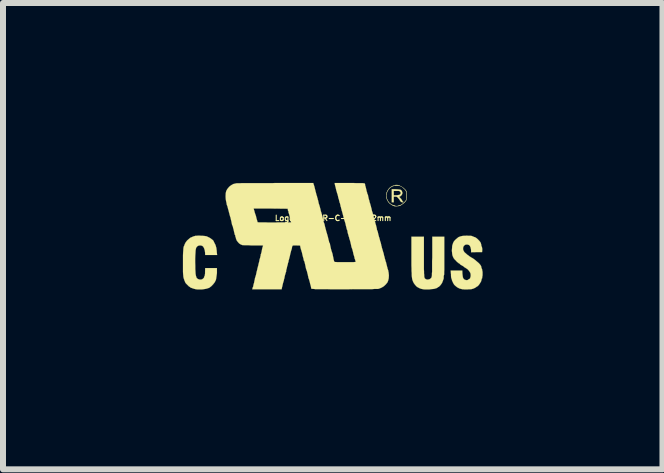
<source format=kicad_pcb>
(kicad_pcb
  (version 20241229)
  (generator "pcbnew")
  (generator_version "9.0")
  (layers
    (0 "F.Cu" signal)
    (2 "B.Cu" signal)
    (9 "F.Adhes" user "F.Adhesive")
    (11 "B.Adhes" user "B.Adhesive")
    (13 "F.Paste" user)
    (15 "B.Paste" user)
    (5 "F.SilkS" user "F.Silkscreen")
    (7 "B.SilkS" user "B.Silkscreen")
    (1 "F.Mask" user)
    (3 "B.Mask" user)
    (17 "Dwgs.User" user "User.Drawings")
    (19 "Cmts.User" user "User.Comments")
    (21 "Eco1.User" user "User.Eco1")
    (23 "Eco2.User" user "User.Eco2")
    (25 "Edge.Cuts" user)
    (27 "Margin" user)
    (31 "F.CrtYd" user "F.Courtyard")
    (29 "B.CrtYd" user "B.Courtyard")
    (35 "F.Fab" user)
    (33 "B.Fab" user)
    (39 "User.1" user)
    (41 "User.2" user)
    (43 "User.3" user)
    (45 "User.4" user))
  (footprint "Logo_silk_UR-C-US_5x2mm"
    (layer "F.Cu")
    (at 2.506 0.888)
    (property "Reference" "Logo_silk_UR-C-US_5x2mm" (at 0 -0.3 0) (layer "F.SilkS") (effects (font (size 0.091 0.091) (thickness 0.018))))
    (attr through_hole)
    (fp_poly (pts (xy 1.171 -0.569) (xy 1.166 -0.564) (xy 1.156 -0.564) (xy 1.143 -0.566) (xy 1.133 -0.572) (xy 1.13 -0.574) (xy 1.12 -0.584) (xy 1.113 -0.597) (xy 1.105 -0.61) (xy 1.092 -0.625) (xy 1.085 -0.635) (xy 1.072 -0.648) (xy 1.062 -0.655) (xy 1.049 -0.658) (xy 1.036 -0.658) (xy 1.011 -0.658) (xy 1.011 -0.61) (xy 1.011 -0.564) (xy 0.993 -0.564) (xy 0.978 -0.564) (xy 0.978 -0.673) (xy 0.978 -0.782) (xy 1.041 -0.782) (xy 1.077 -0.78) (xy 1.102 -0.777) (xy 1.12 -0.775) (xy 1.135 -0.767) (xy 1.143 -0.757) (xy 1.146 -0.752) (xy 1.156 -0.726) (xy 1.153 -0.704) (xy 1.14 -0.681) (xy 1.128 -0.671) (xy 1.128 -0.716) (xy 1.125 -0.732) (xy 1.115 -0.742) (xy 1.11 -0.749) (xy 1.102 -0.752) (xy 1.092 -0.754) (xy 1.077 -0.754) (xy 1.057 -0.754) (xy 1.011 -0.754) (xy 1.011 -0.719) (xy 1.011 -0.681) (xy 1.052 -0.681) (xy 1.072 -0.683) (xy 1.09 -0.686) (xy 1.102 -0.688) (xy 1.105 -0.688) (xy 1.12 -0.701) (xy 1.128 -0.716) (xy 1.128 -0.671) (xy 1.115 -0.66) (xy 1.113 -0.66) (xy 1.105 -0.658) (xy 1.105 -0.655) (xy 1.107 -0.648) (xy 1.118 -0.638) (xy 1.12 -0.635) (xy 1.135 -0.62) (xy 1.146 -0.602) (xy 1.151 -0.594) (xy 1.158 -0.582) (xy 1.163 -0.574) (xy 1.166 -0.574) (xy 1.171 -0.569)) (stroke (width 0.003) (type solid)) (fill yes) (layer "F.SilkS"))
    (fp_poly (pts (xy 1.854 0.328) (xy 1.854 0.401) (xy 1.854 0.465) (xy 1.854 0.518) (xy 1.854 0.564) (xy 1.852 0.597) (xy 1.852 0.622) (xy 1.852 0.64) (xy 1.849 0.648) (xy 1.849 0.65) (xy 1.847 0.655) (xy 1.844 0.671) (xy 1.844 0.676) (xy 1.844 0.691) (xy 1.844 0.701) (xy 1.844 0.704) (xy 1.841 0.714) (xy 1.836 0.729) (xy 1.831 0.744) (xy 1.816 0.782) (xy 1.793 0.815) (xy 1.773 0.836) (xy 1.763 0.846) (xy 1.755 0.848) (xy 1.748 0.853) (xy 1.745 0.856) (xy 1.737 0.861) (xy 1.722 0.869) (xy 1.702 0.874) (xy 1.699 0.876) (xy 1.674 0.881) (xy 1.638 0.884) (xy 1.603 0.889) (xy 1.565 0.889) (xy 1.529 0.889) (xy 1.499 0.886) (xy 1.494 0.884) (xy 1.466 0.879) (xy 1.435 0.866) (xy 1.407 0.851) (xy 1.387 0.836) (xy 1.367 0.813) (xy 1.346 0.785) (xy 1.331 0.754) (xy 1.323 0.732) (xy 1.318 0.714) (xy 1.316 0.696) (xy 1.313 0.676) (xy 1.311 0.648) (xy 1.311 0.617) (xy 1.308 0.582) (xy 1.308 0.538) (xy 1.306 0.49) (xy 1.306 0.432) (xy 1.306 0.363) (xy 1.306 0.297) (xy 1.306 0.01) (xy 1.41 0.01) (xy 1.514 0.01) (xy 1.514 0.312) (xy 1.514 0.386) (xy 1.514 0.45) (xy 1.514 0.505) (xy 1.514 0.551) (xy 1.516 0.589) (xy 1.516 0.622) (xy 1.519 0.648) (xy 1.519 0.668) (xy 1.521 0.683) (xy 1.524 0.693) (xy 1.527 0.701) (xy 1.529 0.704) (xy 1.542 0.716) (xy 1.562 0.724) (xy 1.585 0.724) (xy 1.608 0.719) (xy 1.626 0.706) (xy 1.628 0.706) (xy 1.636 0.696) (xy 1.643 0.683) (xy 1.646 0.665) (xy 1.648 0.655) (xy 1.648 0.643) (xy 1.648 0.622) (xy 1.651 0.592) (xy 1.651 0.556) (xy 1.651 0.513) (xy 1.651 0.465) (xy 1.651 0.414) (xy 1.654 0.358) (xy 1.654 0.312) (xy 1.654 0.01) (xy 1.753 0.01) (xy 1.854 0.01) (xy 1.854 0.328)) (stroke (width 0.003) (type solid)) (fill yes) (layer "F.SilkS"))
    (fp_poly (pts (xy 1.229 -0.678) (xy 1.229 -0.643) (xy 1.224 -0.615) (xy 1.224 -0.671) (xy 1.224 -0.676) (xy 1.224 -0.701) (xy 1.224 -0.719) (xy 1.222 -0.732) (xy 1.217 -0.742) (xy 1.212 -0.754) (xy 1.212 -0.757) (xy 1.196 -0.777) (xy 1.173 -0.798) (xy 1.151 -0.818) (xy 1.128 -0.831) (xy 1.123 -0.833) (xy 1.102 -0.838) (xy 1.077 -0.841) (xy 1.046 -0.841) (xy 1.016 -0.838) (xy 0.993 -0.831) (xy 0.986 -0.828) (xy 0.953 -0.808) (xy 0.927 -0.78) (xy 0.904 -0.744) (xy 0.892 -0.706) (xy 0.886 -0.671) (xy 0.894 -0.632) (xy 0.909 -0.597) (xy 0.93 -0.564) (xy 0.94 -0.554) (xy 0.955 -0.541) (xy 0.975 -0.528) (xy 0.996 -0.518) (xy 1.013 -0.513) (xy 1.016 -0.513) (xy 1.029 -0.511) (xy 1.034 -0.505) (xy 1.039 -0.503) (xy 1.054 -0.503) (xy 1.059 -0.5) (xy 1.074 -0.503) (xy 1.082 -0.505) (xy 1.085 -0.505) (xy 1.092 -0.511) (xy 1.1 -0.513) (xy 1.118 -0.516) (xy 1.138 -0.526) (xy 1.161 -0.541) (xy 1.181 -0.561) (xy 1.201 -0.579) (xy 1.212 -0.594) (xy 1.217 -0.607) (xy 1.222 -0.617) (xy 1.222 -0.63) (xy 1.224 -0.648) (xy 1.224 -0.671) (xy 1.224 -0.615) (xy 1.217 -0.592) (xy 1.201 -0.572) (xy 1.181 -0.551) (xy 1.153 -0.531) (xy 1.146 -0.526) (xy 1.128 -0.513) (xy 1.113 -0.505) (xy 1.1 -0.503) (xy 1.082 -0.5) (xy 1.072 -0.5) (xy 1.052 -0.498) (xy 1.034 -0.498) (xy 1.021 -0.5) (xy 1.003 -0.505) (xy 0.98 -0.518) (xy 0.958 -0.533) (xy 0.937 -0.549) (xy 0.93 -0.556) (xy 0.912 -0.582) (xy 0.897 -0.612) (xy 0.886 -0.645) (xy 0.884 -0.658) (xy 0.884 -0.691) (xy 0.892 -0.726) (xy 0.907 -0.759) (xy 0.93 -0.792) (xy 0.937 -0.8) (xy 0.958 -0.818) (xy 0.98 -0.831) (xy 1.001 -0.841) (xy 1.019 -0.843) (xy 1.029 -0.846) (xy 1.034 -0.848) (xy 1.041 -0.853) (xy 1.054 -0.853) (xy 1.069 -0.853) (xy 1.082 -0.851) (xy 1.087 -0.848) (xy 1.097 -0.846) (xy 1.113 -0.841) (xy 1.115 -0.838) (xy 1.133 -0.831) (xy 1.153 -0.818) (xy 1.176 -0.8) (xy 1.196 -0.782) (xy 1.212 -0.765) (xy 1.219 -0.754) (xy 1.224 -0.742) (xy 1.227 -0.729) (xy 1.229 -0.711) (xy 1.229 -0.688) (xy 1.229 -0.678)) (stroke (width 0.003) (type solid)) (fill yes) (layer "F.SilkS"))
    (fp_poly (pts (xy -1.935 0.315) (xy -2.035 0.315) (xy -2.134 0.315) (xy -2.136 0.272) (xy -2.141 0.236) (xy -2.151 0.206) (xy -2.164 0.18) (xy -2.179 0.165) (xy -2.189 0.16) (xy -2.215 0.155) (xy -2.24 0.157) (xy -2.263 0.168) (xy -2.278 0.185) (xy -2.283 0.193) (xy -2.289 0.211) (xy -2.294 0.241) (xy -2.296 0.279) (xy -2.299 0.325) (xy -2.301 0.378) (xy -2.301 0.434) (xy -2.299 0.495) (xy -2.299 0.549) (xy -2.296 0.594) (xy -2.294 0.63) (xy -2.289 0.658) (xy -2.283 0.678) (xy -2.278 0.693) (xy -2.273 0.701) (xy -2.253 0.716) (xy -2.228 0.724) (xy -2.202 0.724) (xy -2.187 0.721) (xy -2.172 0.711) (xy -2.159 0.699) (xy -2.151 0.686) (xy -2.151 0.678) (xy -2.146 0.668) (xy -2.144 0.665) (xy -2.141 0.66) (xy -2.139 0.645) (xy -2.136 0.622) (xy -2.136 0.599) (xy -2.134 0.533) (xy -2.035 0.533) (xy -1.938 0.533) (xy -1.938 0.582) (xy -1.938 0.617) (xy -1.943 0.653) (xy -1.948 0.688) (xy -1.953 0.721) (xy -1.958 0.737) (xy -1.976 0.772) (xy -2.002 0.805) (xy -2.032 0.836) (xy -2.065 0.861) (xy -2.073 0.864) (xy -2.093 0.871) (xy -2.121 0.879) (xy -2.154 0.884) (xy -2.189 0.889) (xy -2.228 0.889) (xy -2.261 0.889) (xy -2.289 0.886) (xy -2.296 0.884) (xy -2.319 0.879) (xy -2.342 0.871) (xy -2.362 0.864) (xy -2.377 0.859) (xy -2.385 0.851) (xy -2.393 0.846) (xy -2.395 0.843) (xy -2.403 0.841) (xy -2.413 0.831) (xy -2.426 0.818) (xy -2.441 0.803) (xy -2.454 0.79) (xy -2.464 0.777) (xy -2.466 0.772) (xy -2.469 0.765) (xy -2.474 0.752) (xy -2.477 0.747) (xy -2.482 0.734) (xy -2.484 0.726) (xy -2.484 0.724) (xy -2.487 0.719) (xy -2.489 0.714) (xy -2.492 0.701) (xy -2.497 0.683) (xy -2.499 0.66) (xy -2.502 0.63) (xy -2.504 0.594) (xy -2.504 0.551) (xy -2.504 0.498) (xy -2.504 0.442) (xy -2.504 0.376) (xy -2.504 0.32) (xy -2.502 0.274) (xy -2.499 0.236) (xy -2.497 0.206) (xy -2.494 0.185) (xy -2.489 0.17) (xy -2.489 0.168) (xy -2.484 0.16) (xy -2.474 0.132) (xy -2.459 0.104) (xy -2.436 0.074) (xy -2.41 0.051) (xy -2.385 0.03) (xy -2.377 0.025) (xy -2.352 0.015) (xy -2.332 0.005) (xy -2.319 0.003) (xy -2.319 0) (xy -2.309 0) (xy -2.304 -0.003) (xy -2.294 -0.005) (xy -2.276 -0.005) (xy -2.253 -0.008) (xy -2.228 -0.008) (xy -2.2 -0.005) (xy -2.177 -0.005) (xy -2.156 -0.003) (xy -2.144 -0.003) (xy -2.139 0) (xy -2.131 0) (xy -2.129 0) (xy -2.121 0) (xy -2.113 0.003) (xy -2.101 0.008) (xy -2.085 0.015) (xy -2.07 0.023) (xy -2.055 0.03) (xy -2.037 0.043) (xy -2.019 0.056) (xy -2.004 0.069) (xy -1.996 0.079) (xy -1.994 0.081) (xy -1.991 0.089) (xy -1.986 0.102) (xy -1.979 0.114) (xy -1.961 0.15) (xy -1.948 0.196) (xy -1.941 0.249) (xy -1.941 0.262) (xy -1.935 0.315)) (stroke (width 0.003) (type solid)) (fill yes) (layer "F.SilkS"))
    (fp_poly (pts (xy 2.492 0.635) (xy 2.492 0.653) (xy 2.489 0.668) (xy 2.489 0.676) (xy 2.484 0.681) (xy 2.487 0.691) (xy 2.487 0.701) (xy 2.482 0.706) (xy 2.477 0.714) (xy 2.477 0.719) (xy 2.474 0.729) (xy 2.471 0.744) (xy 2.466 0.759) (xy 2.456 0.775) (xy 2.446 0.792) (xy 2.431 0.813) (xy 2.418 0.828) (xy 2.405 0.838) (xy 2.398 0.843) (xy 2.395 0.843) (xy 2.388 0.848) (xy 2.385 0.851) (xy 2.377 0.856) (xy 2.365 0.864) (xy 2.347 0.871) (xy 2.344 0.874) (xy 2.327 0.879) (xy 2.309 0.884) (xy 2.291 0.886) (xy 2.268 0.886) (xy 2.243 0.889) (xy 2.215 0.889) (xy 2.189 0.889) (xy 2.169 0.886) (xy 2.156 0.886) (xy 2.108 0.874) (xy 2.068 0.853) (xy 2.035 0.826) (xy 2.019 0.81) (xy 2.009 0.795) (xy 1.999 0.775) (xy 1.989 0.754) (xy 1.981 0.734) (xy 1.979 0.721) (xy 1.979 0.719) (xy 1.976 0.711) (xy 1.974 0.709) (xy 1.971 0.701) (xy 1.968 0.686) (xy 1.966 0.663) (xy 1.966 0.64) (xy 1.961 0.574) (xy 2.057 0.574) (xy 2.154 0.574) (xy 2.156 0.627) (xy 2.159 0.653) (xy 2.162 0.673) (xy 2.164 0.688) (xy 2.167 0.693) (xy 2.174 0.709) (xy 2.184 0.719) (xy 2.192 0.726) (xy 2.197 0.726) (xy 2.202 0.729) (xy 2.205 0.729) (xy 2.212 0.734) (xy 2.223 0.734) (xy 2.235 0.734) (xy 2.245 0.732) (xy 2.248 0.729) (xy 2.253 0.724) (xy 2.261 0.721) (xy 2.273 0.714) (xy 2.283 0.706) (xy 2.289 0.688) (xy 2.294 0.668) (xy 2.294 0.643) (xy 2.291 0.625) (xy 2.291 0.62) (xy 2.286 0.61) (xy 2.276 0.594) (xy 2.266 0.579) (xy 2.253 0.564) (xy 2.243 0.554) (xy 2.238 0.549) (xy 2.233 0.546) (xy 2.22 0.538) (xy 2.202 0.526) (xy 2.192 0.521) (xy 2.174 0.505) (xy 2.154 0.493) (xy 2.141 0.485) (xy 2.136 0.483) (xy 2.123 0.475) (xy 2.113 0.465) (xy 2.106 0.457) (xy 2.101 0.455) (xy 2.093 0.452) (xy 2.083 0.442) (xy 2.065 0.429) (xy 2.05 0.411) (xy 2.029 0.391) (xy 2.017 0.376) (xy 2.007 0.363) (xy 2.002 0.348) (xy 1.994 0.333) (xy 1.989 0.315) (xy 1.986 0.297) (xy 1.984 0.277) (xy 1.981 0.249) (xy 1.981 0.234) (xy 1.984 0.193) (xy 1.986 0.163) (xy 1.994 0.135) (xy 2.004 0.107) (xy 2.007 0.102) (xy 2.014 0.089) (xy 2.029 0.071) (xy 2.047 0.053) (xy 2.068 0.036) (xy 2.083 0.023) (xy 2.095 0.015) (xy 2.111 0.01) (xy 2.121 0.005) (xy 2.134 0.003) (xy 2.136 0) (xy 2.146 0) (xy 2.154 -0.003) (xy 2.162 -0.003) (xy 2.179 -0.005) (xy 2.202 -0.005) (xy 2.228 -0.008) (xy 2.253 -0.005) (xy 2.278 -0.005) (xy 2.296 -0.005) (xy 2.306 -0.003) (xy 2.309 -0.003) (xy 2.319 0) (xy 2.322 0.003) (xy 2.332 0.005) (xy 2.347 0.013) (xy 2.365 0.018) (xy 2.375 0.023) (xy 2.39 0.033) (xy 2.408 0.048) (xy 2.426 0.066) (xy 2.443 0.084) (xy 2.456 0.102) (xy 2.459 0.107) (xy 2.464 0.119) (xy 2.469 0.137) (xy 2.471 0.155) (xy 2.477 0.173) (xy 2.482 0.185) (xy 2.484 0.191) (xy 2.484 0.198) (xy 2.487 0.211) (xy 2.487 0.229) (xy 2.484 0.267) (xy 2.393 0.267) (xy 2.301 0.269) (xy 2.301 0.241) (xy 2.299 0.218) (xy 2.294 0.196) (xy 2.291 0.185) (xy 2.283 0.168) (xy 2.276 0.157) (xy 2.263 0.147) (xy 2.24 0.14) (xy 2.215 0.14) (xy 2.195 0.15) (xy 2.179 0.165) (xy 2.169 0.188) (xy 2.167 0.211) (xy 2.169 0.229) (xy 2.177 0.246) (xy 2.189 0.267) (xy 2.212 0.287) (xy 2.24 0.312) (xy 2.276 0.338) (xy 2.291 0.348) (xy 2.306 0.358) (xy 2.314 0.361) (xy 2.322 0.366) (xy 2.334 0.373) (xy 2.352 0.386) (xy 2.372 0.401) (xy 2.39 0.417) (xy 2.408 0.432) (xy 2.423 0.445) (xy 2.426 0.447) (xy 2.443 0.465) (xy 2.459 0.485) (xy 2.469 0.503) (xy 2.471 0.518) (xy 2.474 0.528) (xy 2.479 0.541) (xy 2.484 0.554) (xy 2.487 0.564) (xy 2.487 0.574) (xy 2.487 0.577) (xy 2.489 0.584) (xy 2.492 0.597) (xy 2.492 0.615) (xy 2.492 0.635)) (stroke (width 0.003) (type solid)) (fill yes) (layer "F.SilkS"))
    (fp_poly (pts (xy 0.93 0.655) (xy 0.927 0.704) (xy 0.917 0.744) (xy 0.907 0.77) (xy 0.879 0.805) (xy 0.846 0.836) (xy 0.808 0.859) (xy 0.767 0.876) (xy 0.747 0.881) (xy 0.737 0.881) (xy 0.716 0.881) (xy 0.688 0.881) (xy 0.65 0.884) (xy 0.602 0.884) (xy 0.549 0.884) (xy 0.485 0.884) (xy 0.417 0.884) (xy 0.343 0.884) (xy 0.262 0.886) (xy 0.18 0.886) (xy 0.094 0.886) (xy 0.015 0.886) (xy -0.051 0.886) (xy -0.109 0.884) (xy -0.163 0.884) (xy -0.206 0.884) (xy -0.244 0.884) (xy -0.274 0.884) (xy -0.3 0.884) (xy -0.32 0.881) (xy -0.335 0.881) (xy -0.348 0.879) (xy -0.356 0.879) (xy -0.361 0.876) (xy -0.366 0.874) (xy -0.366 0.871) (xy -0.366 0.869) (xy -0.366 0.866) (xy -0.368 0.856) (xy -0.371 0.838) (xy -0.376 0.818) (xy -0.384 0.792) (xy -0.389 0.767) (xy -0.396 0.744) (xy -0.401 0.724) (xy -0.406 0.714) (xy -0.406 0.711) (xy -0.411 0.699) (xy -0.414 0.688) (xy -0.414 0.681) (xy -0.419 0.663) (xy -0.422 0.643) (xy -0.429 0.62) (xy -0.434 0.597) (xy -0.439 0.579) (xy -0.445 0.566) (xy -0.445 0.561) (xy -0.45 0.551) (xy -0.455 0.531) (xy -0.46 0.505) (xy -0.467 0.472) (xy -0.475 0.439) (xy -0.475 0.437) (xy -0.48 0.422) (xy -0.485 0.411) (xy -0.488 0.409) (xy -0.49 0.404) (xy -0.49 0.399) (xy -0.493 0.386) (xy -0.493 0.384) (xy -0.495 0.373) (xy -0.5 0.358) (xy -0.505 0.338) (xy -0.511 0.315) (xy -0.516 0.292) (xy -0.521 0.269) (xy -0.526 0.257) (xy -0.528 0.249) (xy -0.531 0.241) (xy -0.531 0.239) (xy -0.531 0.231) (xy -0.536 0.226) (xy -0.538 0.213) (xy -0.544 0.196) (xy -0.544 0.193) (xy -0.551 0.157) (xy -0.615 0.155) (xy -0.64 0.155) (xy -0.658 0.155) (xy -0.671 0.157) (xy -0.678 0.163) (xy -0.683 0.173) (xy -0.686 0.188) (xy -0.688 0.203) (xy -0.693 0.221) (xy -0.696 0.234) (xy -0.696 -0.231) (xy -0.704 -0.236) (xy -0.704 -0.241) (xy -0.706 -0.249) (xy -0.709 -0.267) (xy -0.714 -0.287) (xy -0.719 -0.312) (xy -0.726 -0.335) (xy -0.732 -0.358) (xy -0.737 -0.373) (xy -0.739 -0.384) (xy -0.742 -0.386) (xy -0.744 -0.396) (xy -0.744 -0.401) (xy -0.742 -0.406) (xy -0.744 -0.409) (xy -0.747 -0.414) (xy -0.752 -0.424) (xy -0.754 -0.432) (xy -0.757 -0.457) (xy -1.041 -0.46) (xy -1.326 -0.46) (xy -1.311 -0.409) (xy -1.306 -0.389) (xy -1.3 -0.371) (xy -1.295 -0.358) (xy -1.295 -0.356) (xy -1.293 -0.351) (xy -1.288 -0.338) (xy -1.285 -0.325) (xy -1.28 -0.302) (xy -1.273 -0.277) (xy -1.27 -0.269) (xy -1.265 -0.251) (xy -1.262 -0.239) (xy -1.26 -0.234) (xy -1.257 -0.231) (xy -1.252 -0.231) (xy -1.24 -0.229) (xy -1.222 -0.229) (xy -1.196 -0.229) (xy -1.163 -0.229) (xy -1.125 -0.229) (xy -1.077 -0.226) (xy -1.019 -0.226) (xy -0.975 -0.226) (xy -0.922 -0.229) (xy -0.871 -0.229) (xy -0.828 -0.229) (xy -0.787 -0.229) (xy -0.754 -0.229) (xy -0.726 -0.229) (xy -0.709 -0.229) (xy -0.699 -0.231) (xy -0.696 -0.231) (xy -0.696 0.234) (xy -0.699 0.236) (xy -0.701 0.244) (xy -0.704 0.257) (xy -0.709 0.277) (xy -0.716 0.302) (xy -0.719 0.32) (xy -0.726 0.348) (xy -0.732 0.371) (xy -0.737 0.391) (xy -0.739 0.401) (xy -0.742 0.404) (xy -0.744 0.411) (xy -0.744 0.414) (xy -0.744 0.424) (xy -0.744 0.427) (xy -0.747 0.434) (xy -0.752 0.447) (xy -0.757 0.47) (xy -0.762 0.493) (xy -0.765 0.495) (xy -0.77 0.521) (xy -0.775 0.544) (xy -0.78 0.559) (xy -0.782 0.566) (xy -0.785 0.574) (xy -0.782 0.577) (xy -0.782 0.587) (xy -0.785 0.592) (xy -0.787 0.599) (xy -0.792 0.615) (xy -0.798 0.635) (xy -0.805 0.66) (xy -0.808 0.673) (xy -0.813 0.701) (xy -0.82 0.724) (xy -0.823 0.744) (xy -0.828 0.757) (xy -0.828 0.759) (xy -0.831 0.767) (xy -0.836 0.785) (xy -0.841 0.805) (xy -0.843 0.815) (xy -0.848 0.838) (xy -0.853 0.856) (xy -0.856 0.871) (xy -0.856 0.874) (xy -0.859 0.886) (xy -1.102 0.886) (xy -1.349 0.886) (xy -1.344 0.869) (xy -1.341 0.856) (xy -1.336 0.846) (xy -1.333 0.841) (xy -1.331 0.826) (xy -1.326 0.803) (xy -1.318 0.777) (xy -1.313 0.749) (xy -1.306 0.719) (xy -1.303 0.699) (xy -1.298 0.686) (xy -1.295 0.676) (xy -1.293 0.668) (xy -1.288 0.653) (xy -1.283 0.632) (xy -1.278 0.607) (xy -1.275 0.592) (xy -1.267 0.564) (xy -1.262 0.538) (xy -1.257 0.521) (xy -1.255 0.508) (xy -1.252 0.505) (xy -1.25 0.495) (xy -1.247 0.48) (xy -1.242 0.457) (xy -1.234 0.429) (xy -1.232 0.419) (xy -1.227 0.391) (xy -1.219 0.366) (xy -1.214 0.348) (xy -1.212 0.335) (xy -1.212 0.333) (xy -1.206 0.323) (xy -1.209 0.318) (xy -1.209 0.31) (xy -1.206 0.307) (xy -1.204 0.3) (xy -1.199 0.284) (xy -1.194 0.264) (xy -1.189 0.241) (xy -1.189 0.236) (xy -1.184 0.213) (xy -1.179 0.191) (xy -1.173 0.175) (xy -1.171 0.168) (xy -1.168 0.16) (xy -1.168 0.157) (xy -1.173 0.157) (xy -1.189 0.155) (xy -1.212 0.155) (xy -1.242 0.155) (xy -1.275 0.155) (xy -1.313 0.155) (xy -1.328 0.155) (xy -1.369 0.155) (xy -1.407 0.152) (xy -1.443 0.152) (xy -1.473 0.152) (xy -1.496 0.15) (xy -1.511 0.15) (xy -1.539 0.14) (xy -1.567 0.122) (xy -1.59 0.097) (xy -1.61 0.069) (xy -1.621 0.038) (xy -1.623 0.025) (xy -1.628 0.013) (xy -1.631 0.003) (xy -1.633 -0.003) (xy -1.633 -0.01) (xy -1.633 -0.018) (xy -1.636 -0.02) (xy -1.641 -0.023) (xy -1.643 -0.036) (xy -1.648 -0.056) (xy -1.654 -0.081) (xy -1.659 -0.107) (xy -1.666 -0.13) (xy -1.671 -0.15) (xy -1.674 -0.165) (xy -1.679 -0.173) (xy -1.681 -0.18) (xy -1.687 -0.193) (xy -1.687 -0.196) (xy -1.692 -0.221) (xy -1.697 -0.246) (xy -1.704 -0.274) (xy -1.709 -0.297) (xy -1.714 -0.318) (xy -1.72 -0.33) (xy -1.72 -0.333) (xy -1.722 -0.343) (xy -1.727 -0.358) (xy -1.732 -0.381) (xy -1.74 -0.406) (xy -1.74 -0.414) (xy -1.748 -0.439) (xy -1.755 -0.465) (xy -1.76 -0.485) (xy -1.763 -0.498) (xy -1.773 -0.521) (xy -1.778 -0.551) (xy -1.786 -0.587) (xy -1.791 -0.62) (xy -1.793 -0.653) (xy -1.793 -0.673) (xy -1.791 -0.716) (xy -1.783 -0.752) (xy -1.765 -0.785) (xy -1.74 -0.815) (xy -1.737 -0.82) (xy -1.702 -0.848) (xy -1.664 -0.869) (xy -1.621 -0.879) (xy -1.61 -0.881) (xy -1.59 -0.881) (xy -1.56 -0.881) (xy -1.519 -0.884) (xy -1.471 -0.884) (xy -1.415 -0.884) (xy -1.349 -0.884) (xy -1.275 -0.884) (xy -1.194 -0.884) (xy -1.105 -0.884) (xy -1.008 -0.884) (xy -0.96 -0.886) (xy -0.33 -0.886) (xy -0.328 -0.871) (xy -0.323 -0.859) (xy -0.32 -0.851) (xy -0.318 -0.843) (xy -0.318 -0.841) (xy -0.315 -0.833) (xy -0.312 -0.828) (xy -0.312 -0.82) (xy -0.307 -0.805) (xy -0.302 -0.782) (xy -0.295 -0.757) (xy -0.295 -0.752) (xy -0.287 -0.726) (xy -0.282 -0.704) (xy -0.277 -0.686) (xy -0.274 -0.676) (xy -0.269 -0.665) (xy -0.267 -0.65) (xy -0.259 -0.627) (xy -0.254 -0.602) (xy -0.251 -0.597) (xy -0.246 -0.572) (xy -0.241 -0.549) (xy -0.236 -0.531) (xy -0.231 -0.521) (xy -0.229 -0.511) (xy -0.224 -0.495) (xy -0.218 -0.472) (xy -0.211 -0.447) (xy -0.211 -0.445) (xy -0.206 -0.419) (xy -0.198 -0.396) (xy -0.193 -0.378) (xy -0.191 -0.371) (xy -0.191 -0.368) (xy -0.188 -0.361) (xy -0.183 -0.343) (xy -0.178 -0.323) (xy -0.173 -0.3) (xy -0.168 -0.279) (xy -0.163 -0.259) (xy -0.16 -0.246) (xy -0.16 -0.241) (xy -0.157 -0.234) (xy -0.152 -0.221) (xy -0.147 -0.208) (xy -0.142 -0.191) (xy -0.137 -0.165) (xy -0.13 -0.14) (xy -0.13 -0.137) (xy -0.122 -0.109) (xy -0.117 -0.089) (xy -0.112 -0.071) (xy -0.109 -0.061) (xy -0.107 -0.051) (xy -0.104 -0.048) (xy -0.102 -0.038) (xy -0.102 -0.036) (xy -0.099 -0.028) (xy -0.094 -0.01) (xy -0.089 0.008) (xy -0.084 0.028) (xy -0.079 0.051) (xy -0.074 0.071) (xy -0.069 0.086) (xy -0.069 0.091) (xy -0.066 0.104) (xy -0.066 0.107) (xy -0.064 0.112) (xy -0.061 0.112) (xy -0.056 0.117) (xy -0.056 0.122) (xy -0.053 0.13) (xy -0.051 0.145) (xy -0.046 0.168) (xy -0.041 0.191) (xy -0.036 0.213) (xy -0.03 0.236) (xy -0.025 0.254) (xy -0.02 0.264) (xy -0.02 0.267) (xy -0.018 0.272) (xy -0.013 0.287) (xy -0.008 0.307) (xy -0.003 0.335) (xy 0 0.345) (xy 0.005 0.373) (xy 0.01 0.396) (xy 0.015 0.414) (xy 0.02 0.427) (xy 0.025 0.429) (xy 0.033 0.432) (xy 0.048 0.432) (xy 0.071 0.434) (xy 0.102 0.434) (xy 0.14 0.434) (xy 0.185 0.434) (xy 0.201 0.434) (xy 0.249 0.434) (xy 0.287 0.434) (xy 0.318 0.434) (xy 0.34 0.434) (xy 0.356 0.432) (xy 0.366 0.432) (xy 0.371 0.429) (xy 0.376 0.429) (xy 0.376 0.427) (xy 0.376 0.424) (xy 0.373 0.414) (xy 0.368 0.401) (xy 0.366 0.389) (xy 0.361 0.381) (xy 0.358 0.373) (xy 0.356 0.358) (xy 0.351 0.338) (xy 0.343 0.312) (xy 0.34 0.305) (xy 0.335 0.279) (xy 0.33 0.257) (xy 0.325 0.239) (xy 0.323 0.229) (xy 0.323 0.226) (xy 0.318 0.216) (xy 0.318 0.213) (xy 0.315 0.206) (xy 0.31 0.193) (xy 0.307 0.183) (xy 0.305 0.175) (xy 0.302 0.165) (xy 0.3 0.15) (xy 0.295 0.13) (xy 0.29 0.107) (xy 0.284 0.084) (xy 0.279 0.066) (xy 0.274 0.053) (xy 0.274 0.048) (xy 0.269 0.038) (xy 0.267 0.023) (xy 0.259 0) (xy 0.254 -0.02) (xy 0.246 -0.046) (xy 0.241 -0.066) (xy 0.239 -0.084) (xy 0.236 -0.094) (xy 0.236 -0.102) (xy 0.234 -0.102) (xy 0.231 -0.107) (xy 0.226 -0.119) (xy 0.224 -0.132) (xy 0.213 -0.175) (xy 0.206 -0.208) (xy 0.198 -0.234) (xy 0.193 -0.251) (xy 0.191 -0.257) (xy 0.188 -0.264) (xy 0.183 -0.282) (xy 0.178 -0.302) (xy 0.17 -0.328) (xy 0.17 -0.333) (xy 0.163 -0.358) (xy 0.157 -0.381) (xy 0.152 -0.399) (xy 0.15 -0.409) (xy 0.15 -0.411) (xy 0.145 -0.419) (xy 0.142 -0.437) (xy 0.135 -0.46) (xy 0.13 -0.485) (xy 0.127 -0.488) (xy 0.122 -0.513) (xy 0.117 -0.536) (xy 0.112 -0.554) (xy 0.107 -0.561) (xy 0.104 -0.572) (xy 0.104 -0.577) (xy 0.104 -0.584) (xy 0.102 -0.587) (xy 0.099 -0.594) (xy 0.097 -0.61) (xy 0.089 -0.63) (xy 0.084 -0.653) (xy 0.079 -0.676) (xy 0.074 -0.696) (xy 0.069 -0.711) (xy 0.066 -0.716) (xy 0.064 -0.726) (xy 0.061 -0.737) (xy 0.061 -0.739) (xy 0.058 -0.747) (xy 0.053 -0.762) (xy 0.048 -0.785) (xy 0.043 -0.808) (xy 0.036 -0.833) (xy 0.03 -0.856) (xy 0.028 -0.874) (xy 0.025 -0.886) (xy 0.272 -0.886) (xy 0.33 -0.886) (xy 0.378 -0.884) (xy 0.417 -0.884) (xy 0.45 -0.884) (xy 0.475 -0.884) (xy 0.493 -0.884) (xy 0.508 -0.881) (xy 0.516 -0.881) (xy 0.523 -0.879) (xy 0.526 -0.879) (xy 0.531 -0.869) (xy 0.533 -0.864) (xy 0.533 -0.853) (xy 0.533 -0.848) (xy 0.536 -0.841) (xy 0.541 -0.826) (xy 0.546 -0.805) (xy 0.551 -0.785) (xy 0.556 -0.762) (xy 0.561 -0.742) (xy 0.566 -0.726) (xy 0.569 -0.721) (xy 0.569 -0.714) (xy 0.569 -0.709) (xy 0.572 -0.701) (xy 0.574 -0.699) (xy 0.579 -0.693) (xy 0.579 -0.691) (xy 0.582 -0.681) (xy 0.584 -0.665) (xy 0.589 -0.645) (xy 0.594 -0.62) (xy 0.602 -0.597) (xy 0.607 -0.574) (xy 0.612 -0.556) (xy 0.615 -0.546) (xy 0.62 -0.536) (xy 0.622 -0.521) (xy 0.63 -0.498) (xy 0.635 -0.472) (xy 0.638 -0.467) (xy 0.643 -0.442) (xy 0.648 -0.419) (xy 0.653 -0.404) (xy 0.655 -0.394) (xy 0.658 -0.394) (xy 0.66 -0.384) (xy 0.663 -0.368) (xy 0.671 -0.348) (xy 0.676 -0.323) (xy 0.678 -0.312) (xy 0.683 -0.287) (xy 0.691 -0.264) (xy 0.696 -0.246) (xy 0.699 -0.239) (xy 0.699 -0.236) (xy 0.701 -0.231) (xy 0.704 -0.218) (xy 0.709 -0.201) (xy 0.716 -0.178) (xy 0.721 -0.157) (xy 0.726 -0.137) (xy 0.729 -0.122) (xy 0.729 -0.112) (xy 0.732 -0.104) (xy 0.737 -0.091) (xy 0.742 -0.079) (xy 0.747 -0.061) (xy 0.752 -0.036) (xy 0.759 -0.01) (xy 0.762 0.003) (xy 0.77 0.028) (xy 0.777 0.053) (xy 0.782 0.074) (xy 0.785 0.086) (xy 0.787 0.089) (xy 0.79 0.099) (xy 0.795 0.114) (xy 0.8 0.137) (xy 0.805 0.163) (xy 0.808 0.168) (xy 0.813 0.193) (xy 0.82 0.216) (xy 0.826 0.234) (xy 0.828 0.244) (xy 0.831 0.254) (xy 0.836 0.269) (xy 0.843 0.292) (xy 0.848 0.318) (xy 0.848 0.32) (xy 0.856 0.345) (xy 0.861 0.368) (xy 0.866 0.386) (xy 0.869 0.396) (xy 0.871 0.404) (xy 0.876 0.422) (xy 0.884 0.442) (xy 0.889 0.47) (xy 0.892 0.475) (xy 0.897 0.5) (xy 0.904 0.523) (xy 0.907 0.541) (xy 0.912 0.551) (xy 0.914 0.559) (xy 0.919 0.574) (xy 0.922 0.594) (xy 0.925 0.605) (xy 0.93 0.655)) (stroke (width 0.003) (type solid)) (fill yes) (layer "F.SilkS")))
  (gr_rect
    (start -3 -3)
    (end 7.999 4.778)
    (stroke (width 0.1) (type default))
    (fill no)
    (layer "Edge.Cuts")))
</source>
